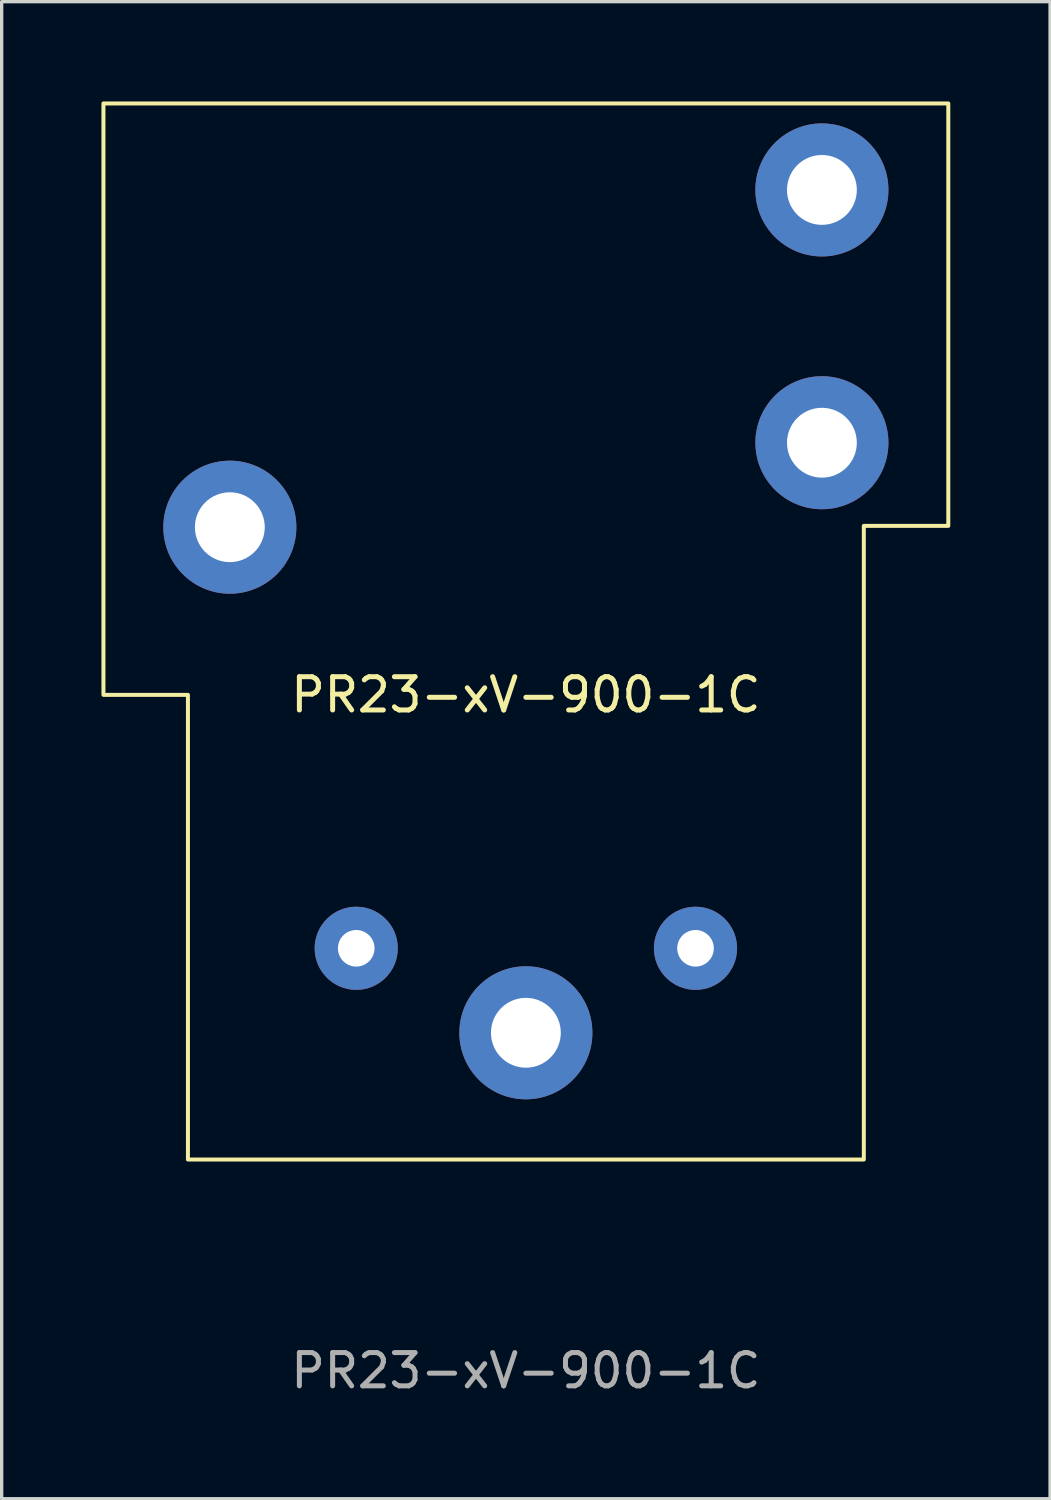
<source format=kicad_pcb>
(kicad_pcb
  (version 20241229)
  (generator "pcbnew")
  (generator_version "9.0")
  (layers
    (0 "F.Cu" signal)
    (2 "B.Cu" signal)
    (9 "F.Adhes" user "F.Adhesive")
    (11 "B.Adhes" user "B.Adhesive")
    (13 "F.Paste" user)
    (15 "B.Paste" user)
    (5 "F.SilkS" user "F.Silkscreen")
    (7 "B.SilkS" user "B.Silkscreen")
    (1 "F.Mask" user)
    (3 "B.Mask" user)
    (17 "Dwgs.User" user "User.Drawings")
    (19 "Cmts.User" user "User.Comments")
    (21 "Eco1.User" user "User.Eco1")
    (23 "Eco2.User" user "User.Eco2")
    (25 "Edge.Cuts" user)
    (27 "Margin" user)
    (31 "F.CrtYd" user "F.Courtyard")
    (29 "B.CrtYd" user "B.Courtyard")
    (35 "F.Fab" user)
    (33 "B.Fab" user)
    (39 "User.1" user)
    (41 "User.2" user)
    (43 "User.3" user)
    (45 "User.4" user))
  (footprint "PR23-xV-900-1C"
    (layer "F.Cu")
    (at 12.76 28)
    (property "Reference" "PR23-xV-900-1C" (at 0 -10.16 0) (unlocked yes) (layer "F.SilkS") (effects (font (size 1 1) (thickness 0.15))))
    (attr through_hole)
    (fp_poly (pts (xy -12.7 -10.16) (xy -10.16 -10.16) (xy -10.16 3.81) (xy 10.16 3.81) (xy 10.16 -15.24) (xy 12.7 -15.24) (xy 12.7 -27.94) (xy -12.7 -27.94)) (stroke (width 0.12) (type solid)) (fill no) (layer "F.SilkS"))
    (fp_text user "${REFERENCE}" (at 0 10.16 0) (unlocked yes) (layer "F.Fab") (effects (font (size 1 1) (thickness 0.15))))
    (pad "1" thru_hole circle (at 5.1 -2.54) (size 2.5 2.5) (drill 1.1) (layers "*.Cu" "*.Mask"))
    (pad "2" thru_hole circle (at -5.1 -2.54) (size 2.5 2.5) (drill 1.1) (layers "*.Cu" "*.Mask"))
    (pad "3" thru_hole circle (at 0 0) (size 4 4) (drill 2.1) (layers "*.Cu" "*.Mask"))
    (pad "4" thru_hole circle (at -8.9 -15.2) (size 4 4) (drill 2.1) (layers "*.Cu" "*.Mask"))
    (pad "5" thru_hole circle (at 8.9 -25.34) (size 4 4) (drill 2.1) (layers "*.Cu" "*.Mask"))
    (pad "6" thru_hole circle (at 8.9 -17.74) (size 4 4) (drill 2.1) (layers "*.Cu" "*.Mask")))
  (gr_rect
    (start -3 -3)
    (end 28.52 42.008)
    (stroke (width 0.1) (type default))
    (fill no)
    (layer "Edge.Cuts")))
</source>
